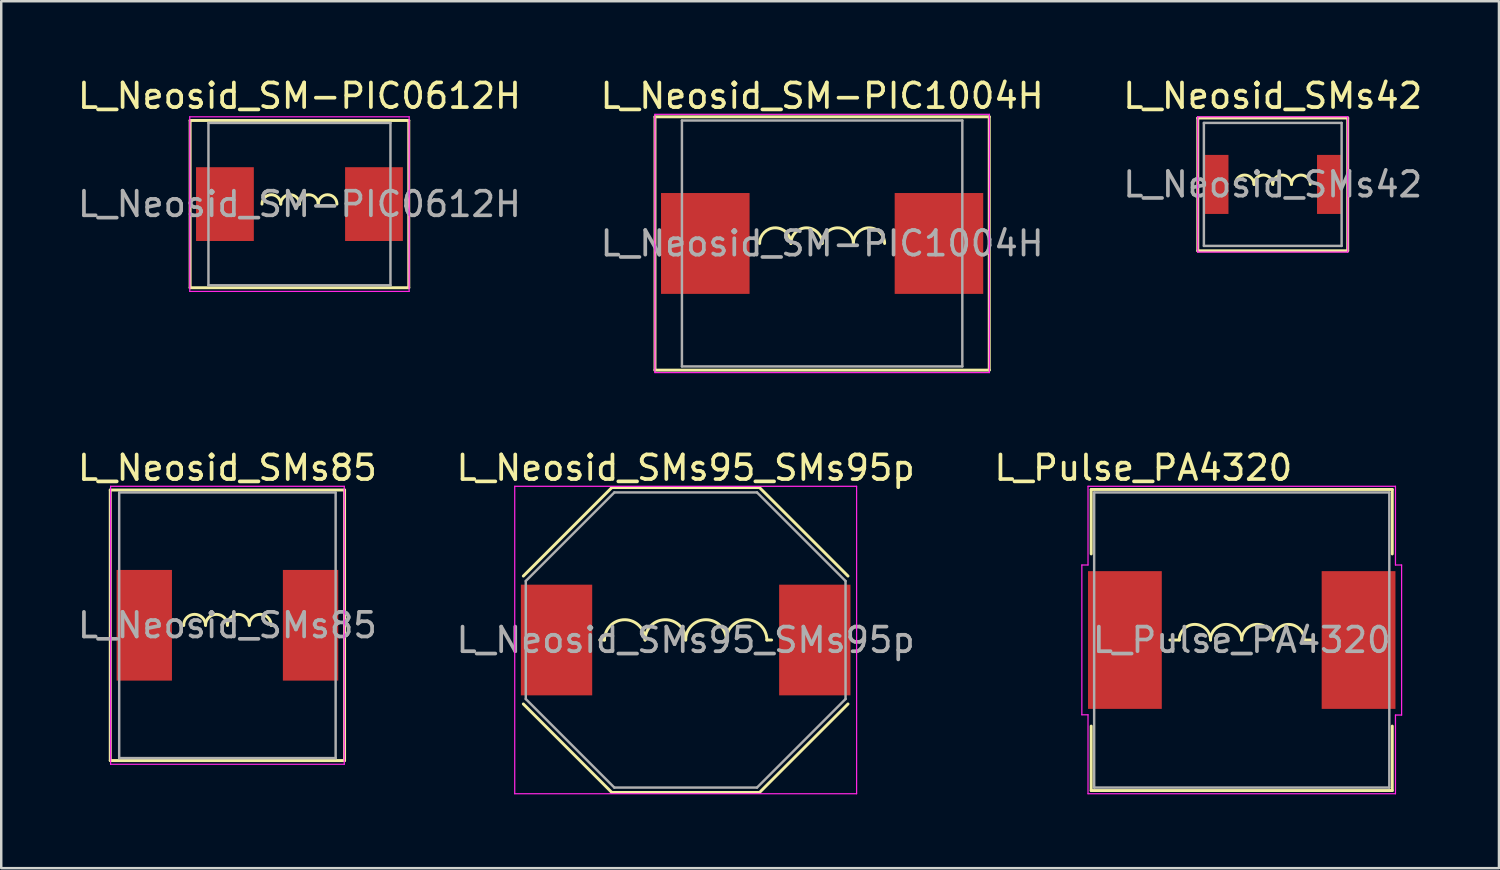
<source format=kicad_pcb>
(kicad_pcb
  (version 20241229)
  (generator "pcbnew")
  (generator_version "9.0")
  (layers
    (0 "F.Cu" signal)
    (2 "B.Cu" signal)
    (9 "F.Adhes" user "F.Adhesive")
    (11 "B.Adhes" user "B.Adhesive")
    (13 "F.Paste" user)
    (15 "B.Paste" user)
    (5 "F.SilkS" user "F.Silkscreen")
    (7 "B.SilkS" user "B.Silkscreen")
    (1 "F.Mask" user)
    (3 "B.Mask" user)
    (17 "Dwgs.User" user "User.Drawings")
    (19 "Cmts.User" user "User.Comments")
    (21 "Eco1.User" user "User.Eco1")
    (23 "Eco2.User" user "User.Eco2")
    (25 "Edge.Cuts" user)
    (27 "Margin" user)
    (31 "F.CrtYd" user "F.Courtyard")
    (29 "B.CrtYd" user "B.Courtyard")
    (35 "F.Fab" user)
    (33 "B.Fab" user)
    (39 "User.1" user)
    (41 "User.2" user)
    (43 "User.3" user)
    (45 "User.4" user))
  (footprint "L_Neosid_SM-PIC0612H"
    (layer "F.Cu")
    (at 9.125 5.248)
    (property "Reference" "L_Neosid_SM-PIC0612H" (at 0 -4.4 0) (layer "F.SilkS") (effects (font (size 1 1) (thickness 0.15))))
    (attr smd)
    (fp_line (start -4.445 -3.4) (end -4.445 3.4) (stroke (width 0.12) (type solid)) (layer "F.SilkS"))
    (fp_line (start -4.445 3.4) (end 4.445 3.4) (stroke (width 0.12) (type solid)) (layer "F.SilkS"))
    (fp_line (start 4.445 -3.4) (end -4.445 -3.4) (stroke (width 0.12) (type solid)) (layer "F.SilkS"))
    (fp_line (start 4.445 -3.4) (end 4.445 3.4) (stroke (width 0.12) (type solid)) (layer "F.SilkS"))
    (fp_arc (start -1.524 0) (mid -1.143 -0.381) (end -0.762 0) (stroke (width 0.12) (type solid)) (layer "F.SilkS"))
    (fp_arc (start -0.762 0) (mid -0.381 -0.381) (end 0 0) (stroke (width 0.12) (type solid)) (layer "F.SilkS"))
    (fp_arc (start 0 0) (mid 0.381 -0.381) (end 0.762 0) (stroke (width 0.12) (type solid)) (layer "F.SilkS"))
    (fp_arc (start 0.762 0) (mid 1.143 -0.381) (end 1.524 0) (stroke (width 0.12) (type solid)) (layer "F.SilkS"))
    (fp_line (start -4.46 -3.55) (end -4.46 3.55) (stroke (width 0.05) (type solid)) (layer "F.CrtYd"))
    (fp_line (start -4.46 -3.55) (end 4.46 -3.55) (stroke (width 0.05) (type solid)) (layer "F.CrtYd"))
    (fp_line (start 4.46 3.55) (end -4.46 3.55) (stroke (width 0.05) (type solid)) (layer "F.CrtYd"))
    (fp_line (start 4.46 3.55) (end 4.46 -3.55) (stroke (width 0.05) (type solid)) (layer "F.CrtYd"))
    (fp_line (start -3.7 -3.3) (end 3.7 -3.3) (stroke (width 0.1) (type solid)) (layer "F.Fab"))
    (fp_line (start -3.7 3.3) (end -3.7 -3.3) (stroke (width 0.1) (type solid)) (layer "F.Fab"))
    (fp_line (start 3.7 -3.3) (end 3.7 3.3) (stroke (width 0.1) (type solid)) (layer "F.Fab"))
    (fp_line (start 3.7 3.3) (end -3.7 3.3) (stroke (width 0.1) (type solid)) (layer "F.Fab"))
    (fp_text user "${REFERENCE}" (at 0 0 0) (layer "F.Fab") (effects (font (size 1 1) (thickness 0.15))))
    (pad "1" smd rect (at -3.03 0) (size 2.35 3) (layers "F.Cu" "F.Mask" "F.Paste"))
    (pad "2" smd rect (at 3.03 0) (size 2.35 3) (layers "F.Cu" "F.Mask" "F.Paste")))
  (footprint "L_Neosid_SM-PIC1004H"
    (layer "F.Cu")
    (at 30.375 6.848)
    (property "Reference" "L_Neosid_SM-PIC1004H" (at 0 -6 0) (layer "F.SilkS") (effects (font (size 1 1) (thickness 0.15))))
    (attr smd)
    (fp_line (start -6.795 -5.15) (end -6.795 5.15) (stroke (width 0.12) (type solid)) (layer "F.SilkS"))
    (fp_line (start -6.795 5.15) (end 6.795 5.15) (stroke (width 0.12) (type solid)) (layer "F.SilkS"))
    (fp_line (start 6.795 -5.15) (end -6.795 -5.15) (stroke (width 0.12) (type solid)) (layer "F.SilkS"))
    (fp_line (start 6.795 -5.15) (end 6.795 5.15) (stroke (width 0.12) (type solid)) (layer "F.SilkS"))
    (fp_arc (start -2.54 0) (mid -1.905 -0.635) (end -1.27 0) (stroke (width 0.12) (type solid)) (layer "F.SilkS"))
    (fp_arc (start -1.27 0) (mid -0.635 -0.635) (end 0 0) (stroke (width 0.12) (type solid)) (layer "F.SilkS"))
    (fp_arc (start 0 0) (mid 0.635 -0.635) (end 1.27 0) (stroke (width 0.12) (type solid)) (layer "F.SilkS"))
    (fp_arc (start 1.27 0) (mid 1.905 -0.635) (end 2.54 0) (stroke (width 0.12) (type solid)) (layer "F.SilkS"))
    (fp_line (start -6.8 -5.25) (end -6.8 5.25) (stroke (width 0.05) (type solid)) (layer "F.CrtYd"))
    (fp_line (start -6.8 -5.25) (end 6.8 -5.25) (stroke (width 0.05) (type solid)) (layer "F.CrtYd"))
    (fp_line (start 6.8 5.25) (end -6.8 5.25) (stroke (width 0.05) (type solid)) (layer "F.CrtYd"))
    (fp_line (start 6.8 5.25) (end 6.8 -5.25) (stroke (width 0.05) (type solid)) (layer "F.CrtYd"))
    (fp_line (start -5.7 -5) (end 5.7 -5) (stroke (width 0.1) (type solid)) (layer "F.Fab"))
    (fp_line (start -5.7 5) (end -5.7 -5) (stroke (width 0.1) (type solid)) (layer "F.Fab"))
    (fp_line (start 5.7 -5) (end 5.7 5) (stroke (width 0.1) (type solid)) (layer "F.Fab"))
    (fp_line (start 5.7 5) (end -5.7 5) (stroke (width 0.1) (type solid)) (layer "F.Fab"))
    (fp_text user "${REFERENCE}" (at 0 0 0) (layer "F.Fab") (effects (font (size 1 1) (thickness 0.15))))
    (pad "1" smd rect (at -4.75 0) (size 3.6 4.1) (layers "F.Cu" "F.Mask" "F.Paste"))
    (pad "2" smd rect (at 4.75 0) (size 3.6 4.1) (layers "F.Cu" "F.Mask" "F.Paste")))
  (footprint "L_Pulse_PA4320"
    (layer "F.Cu")
    (at 47.435 22.971)
    (property "Reference" "L_Pulse_PA4320" (at -4 -7 0) (layer "F.SilkS") (effects (font (size 1 1) (thickness 0.15))))
    (attr smd)
    (fp_line (start -6.12 -6.12) (end -6.12 -3.5) (stroke (width 0.12) (type solid)) (layer "F.SilkS"))
    (fp_line (start -6.12 -6.12) (end 6.12 -6.12) (stroke (width 0.12) (type solid)) (layer "F.SilkS"))
    (fp_line (start -6.12 3.5) (end -6.12 6.12) (stroke (width 0.12) (type solid)) (layer "F.SilkS"))
    (fp_line (start -6.12 6.12) (end 6.12 6.12) (stroke (width 0.12) (type solid)) (layer "F.SilkS"))
    (fp_line (start -2.921 0) (end -2.54 0) (stroke (width 0.12) (type solid)) (layer "F.SilkS"))
    (fp_line (start 2.54 0) (end 2.921 0) (stroke (width 0.12) (type solid)) (layer "F.SilkS"))
    (fp_line (start 6.12 -6.12) (end 6.12 -3.5) (stroke (width 0.12) (type solid)) (layer "F.SilkS"))
    (fp_line (start 6.12 3.5) (end 6.12 6.12) (stroke (width 0.12) (type solid)) (layer "F.SilkS"))
    (fp_arc (start -2.54 0) (mid -1.905 -0.635) (end -1.27 0) (stroke (width 0.12) (type solid)) (layer "F.SilkS"))
    (fp_arc (start -1.27 0) (mid -0.635 -0.635) (end 0 0) (stroke (width 0.12) (type solid)) (layer "F.SilkS"))
    (fp_arc (start 0 0) (mid 0.635 -0.635) (end 1.27 0) (stroke (width 0.12) (type solid)) (layer "F.SilkS"))
    (fp_arc (start 1.27 0) (mid 1.905 -0.635) (end 2.54 0) (stroke (width 0.12) (type solid)) (layer "F.SilkS"))
    (fp_line (start -6.5 3.04) (end -6.5 -3.05) (stroke (width 0.05) (type solid)) (layer "F.CrtYd"))
    (fp_line (start -6.25 -6.25) (end -6.25 -3.05) (stroke (width 0.05) (type solid)) (layer "F.CrtYd"))
    (fp_line (start -6.25 -6.25) (end 6.25 -6.25) (stroke (width 0.05) (type solid)) (layer "F.CrtYd"))
    (fp_line (start -6.25 -3.05) (end -6.5 -3.05) (stroke (width 0.05) (type solid)) (layer "F.CrtYd"))
    (fp_line (start -6.25 3.04) (end -6.5 3.04) (stroke (width 0.05) (type solid)) (layer "F.CrtYd"))
    (fp_line (start -6.25 3.04) (end -6.25 6.25) (stroke (width 0.05) (type solid)) (layer "F.CrtYd"))
    (fp_line (start 6.25 -6.25) (end 6.25 -3.05) (stroke (width 0.05) (type solid)) (layer "F.CrtYd"))
    (fp_line (start 6.25 -3.05) (end 6.5 -3.05) (stroke (width 0.05) (type solid)) (layer "F.CrtYd"))
    (fp_line (start 6.25 3.05) (end 6.25 6.25) (stroke (width 0.05) (type solid)) (layer "F.CrtYd"))
    (fp_line (start 6.25 6.25) (end -6.25 6.25) (stroke (width 0.05) (type solid)) (layer "F.CrtYd"))
    (fp_line (start 6.5 -3.05) (end 6.5 3.05) (stroke (width 0.05) (type solid)) (layer "F.CrtYd"))
    (fp_line (start 6.5 3.05) (end 6.25 3.05) (stroke (width 0.05) (type solid)) (layer "F.CrtYd"))
    (fp_line (start -6 -6) (end 6 -6) (stroke (width 0.1) (type solid)) (layer "F.Fab"))
    (fp_line (start -6 6) (end -6 -6) (stroke (width 0.1) (type solid)) (layer "F.Fab"))
    (fp_line (start 6 -6) (end 6 6) (stroke (width 0.1) (type solid)) (layer "F.Fab"))
    (fp_line (start 6 6) (end -6 6) (stroke (width 0.1) (type solid)) (layer "F.Fab"))
    (fp_text user "${REFERENCE}" (at 0 0 0) (layer "F.Fab") (effects (font (size 1 1) (thickness 0.15))))
    (pad "1" smd rect (at -4.75 0 90) (size 5.6 3) (layers "F.Cu" "F.Mask" "F.Paste"))
    (pad "2" smd rect (at 4.75 0 90) (size 5.6 3) (layers "F.Cu" "F.Mask" "F.Paste")))
  (footprint "L_Neosid_SMs42"
    (layer "F.Cu")
    (at 48.696 4.448)
    (property "Reference" "L_Neosid_SMs42" (at 0 -3.6 0) (layer "F.SilkS") (effects (font (size 1 1) (thickness 0.15))))
    (attr smd)
    (fp_line (start -3.048 -2.7) (end -3.048 2.7) (stroke (width 0.12) (type solid)) (layer "F.SilkS"))
    (fp_line (start -3.048 -2.7) (end 3.048 -2.7) (stroke (width 0.12) (type solid)) (layer "F.SilkS"))
    (fp_line (start 3.048 -2.7) (end 3.048 2.7) (stroke (width 0.12) (type solid)) (layer "F.SilkS"))
    (fp_line (start 3.048 2.7) (end -3.048 2.7) (stroke (width 0.12) (type solid)) (layer "F.SilkS"))
    (fp_arc (start -1.524 0) (mid -1.143 -0.381) (end -0.762 0) (stroke (width 0.12) (type solid)) (layer "F.SilkS"))
    (fp_arc (start -0.762 0) (mid -0.381 -0.381) (end 0 0) (stroke (width 0.12) (type solid)) (layer "F.SilkS"))
    (fp_arc (start 0 0) (mid 0.381 -0.381) (end 0.762 0) (stroke (width 0.12) (type solid)) (layer "F.SilkS"))
    (fp_arc (start 0.762 0) (mid 1.143 -0.381) (end 1.524 0) (stroke (width 0.12) (type solid)) (layer "F.SilkS"))
    (fp_line (start -3.05 -2.75) (end -3.05 2.75) (stroke (width 0.05) (type solid)) (layer "F.CrtYd"))
    (fp_line (start -3.05 -2.75) (end 3.05 -2.75) (stroke (width 0.05) (type solid)) (layer "F.CrtYd"))
    (fp_line (start 3.05 2.75) (end -3.05 2.75) (stroke (width 0.05) (type solid)) (layer "F.CrtYd"))
    (fp_line (start 3.05 2.75) (end 3.05 -2.75) (stroke (width 0.05) (type solid)) (layer "F.CrtYd"))
    (fp_line (start -2.8 -2.5) (end 2.8 -2.5) (stroke (width 0.1) (type solid)) (layer "F.Fab"))
    (fp_line (start -2.8 2.5) (end -2.8 -2.5) (stroke (width 0.1) (type solid)) (layer "F.Fab"))
    (fp_line (start 2.8 -2.5) (end 2.8 2.5) (stroke (width 0.1) (type solid)) (layer "F.Fab"))
    (fp_line (start 2.8 2.5) (end -2.8 2.5) (stroke (width 0.1) (type solid)) (layer "F.Fab"))
    (fp_text user "${REFERENCE}" (at 0 0 0) (layer "F.Fab") (effects (font (size 1 1) (thickness 0.15))))
    (pad "1" smd rect (at -2.3 0) (size 1 2.4) (layers "F.Cu" "F.Mask" "F.Paste"))
    (pad "2" smd rect (at 2.3 0) (size 1 2.4) (layers "F.Cu" "F.Mask" "F.Paste")))
  (footprint "L_Neosid_SMs95_SMs95p"
    (layer "F.Cu")
    (at 24.827 22.971)
    (property "Reference" "L_Neosid_SMs95_SMs95p" (at 0 -7 0) (layer "F.SilkS") (effects (font (size 1 1) (thickness 0.15))))
    (attr smd)
    (fp_line (start -6.6 -2.6) (end -3 -6.2) (stroke (width 0.12) (type solid)) (layer "F.SilkS"))
    (fp_line (start -3.493 0) (end -3.302 0) (stroke (width 0.12) (type solid)) (layer "F.SilkS"))
    (fp_line (start -3 -6.2) (end 3 -6.2) (stroke (width 0.12) (type solid)) (layer "F.SilkS"))
    (fp_line (start -3 6.2) (end -6.6 2.6) (stroke (width 0.12) (type solid)) (layer "F.SilkS"))
    (fp_line (start 3 -6.2) (end 6.6 -2.6) (stroke (width 0.12) (type solid)) (layer "F.SilkS"))
    (fp_line (start 3 6.2) (end -3 6.2) (stroke (width 0.12) (type solid)) (layer "F.SilkS"))
    (fp_line (start 3.302 0) (end 3.493 0) (stroke (width 0.12) (type solid)) (layer "F.SilkS"))
    (fp_line (start 6.6 2.6) (end 3 6.2) (stroke (width 0.12) (type solid)) (layer "F.SilkS"))
    (fp_arc (start -3.302 0) (mid -2.4765 -0.8255) (end -1.651 0) (stroke (width 0.12) (type solid)) (layer "F.SilkS"))
    (fp_arc (start -1.651 0) (mid -0.8255 -0.8255) (end 0 0) (stroke (width 0.12) (type solid)) (layer "F.SilkS"))
    (fp_arc (start 0 0) (mid 0.8255 -0.8255) (end 1.651 0) (stroke (width 0.12) (type solid)) (layer "F.SilkS"))
    (fp_arc (start 1.651 0) (mid 2.4765 -0.8255) (end 3.302 0) (stroke (width 0.12) (type solid)) (layer "F.SilkS"))
    (fp_line (start -6.95 -6.25) (end -6.95 6.25) (stroke (width 0.05) (type solid)) (layer "F.CrtYd"))
    (fp_line (start -6.95 -6.25) (end 6.95 -6.25) (stroke (width 0.05) (type solid)) (layer "F.CrtYd"))
    (fp_line (start 6.95 6.25) (end -6.95 6.25) (stroke (width 0.05) (type solid)) (layer "F.CrtYd"))
    (fp_line (start 6.95 6.25) (end 6.95 -6.25) (stroke (width 0.05) (type solid)) (layer "F.CrtYd"))
    (fp_line (start -6.5 -2.4) (end -6.5 2.4) (stroke (width 0.1) (type solid)) (layer "F.Fab"))
    (fp_line (start -6.5 -2.4) (end -2.9 -6) (stroke (width 0.1) (type solid)) (layer "F.Fab"))
    (fp_line (start -6.5 2.4) (end -2.9 6) (stroke (width 0.1) (type solid)) (layer "F.Fab"))
    (fp_line (start -2.9 6) (end 2.9 6) (stroke (width 0.1) (type solid)) (layer "F.Fab"))
    (fp_line (start 2.9 -6) (end -2.9 -6) (stroke (width 0.1) (type solid)) (layer "F.Fab"))
    (fp_line (start 2.9 6) (end 6.5 2.4) (stroke (width 0.1) (type solid)) (layer "F.Fab"))
    (fp_line (start 6.5 -2.4) (end 2.9 -6) (stroke (width 0.1) (type solid)) (layer "F.Fab"))
    (fp_line (start 6.5 2.4) (end 6.5 -2.4) (stroke (width 0.1) (type solid)) (layer "F.Fab"))
    (fp_text user "${REFERENCE}" (at 0 0 0) (layer "F.Fab") (effects (font (size 1 1) (thickness 0.15))))
    (pad "1" smd rect (at -5.25 0) (size 2.9 4.5) (layers "F.Cu" "F.Mask" "F.Paste"))
    (pad "2" smd rect (at 5.25 0) (size 2.9 4.5) (layers "F.Cu" "F.Mask" "F.Paste")))
  (footprint "L_Neosid_SMs85"
    (layer "F.Cu")
    (at 6.196 22.372)
    (property "Reference" "L_Neosid_SMs85" (at 0 -6.4 0) (layer "F.SilkS") (effects (font (size 1 1) (thickness 0.15))))
    (attr smd)
    (fp_line (start -4.763 -5.5) (end -4.763 5.5) (stroke (width 0.12) (type solid)) (layer "F.SilkS"))
    (fp_line (start -4.763 -5.5) (end 4.763 -5.5) (stroke (width 0.12) (type solid)) (layer "F.SilkS"))
    (fp_line (start -1.778 0) (end -1.905 0) (stroke (width 0.12) (type solid)) (layer "F.SilkS"))
    (fp_line (start 1.905 0) (end 1.778 0) (stroke (width 0.12) (type solid)) (layer "F.SilkS"))
    (fp_line (start 4.763 5.5) (end -4.763 5.5) (stroke (width 0.12) (type solid)) (layer "F.SilkS"))
    (fp_line (start 4.763 5.5) (end 4.763 -5.5) (stroke (width 0.12) (type solid)) (layer "F.SilkS"))
    (fp_arc (start -1.778 0) (mid -1.3335 -0.4445) (end -0.889 0) (stroke (width 0.12) (type solid)) (layer "F.SilkS"))
    (fp_arc (start -0.889 0) (mid -0.4445 -0.4445) (end 0 0) (stroke (width 0.12) (type solid)) (layer "F.SilkS"))
    (fp_arc (start 0 0) (mid 0.4445 -0.4445) (end 0.889 0) (stroke (width 0.12) (type solid)) (layer "F.SilkS"))
    (fp_arc (start 0.889 0) (mid 1.3335 -0.4445) (end 1.778 0) (stroke (width 0.12) (type solid)) (layer "F.SilkS"))
    (fp_line (start -4.75 -5.65) (end -4.75 5.65) (stroke (width 0.05) (type solid)) (layer "F.CrtYd"))
    (fp_line (start -4.75 -5.65) (end 4.75 -5.65) (stroke (width 0.05) (type solid)) (layer "F.CrtYd"))
    (fp_line (start 4.75 5.65) (end -4.75 5.65) (stroke (width 0.05) (type solid)) (layer "F.CrtYd"))
    (fp_line (start 4.75 5.65) (end 4.75 -5.65) (stroke (width 0.05) (type solid)) (layer "F.CrtYd"))
    (fp_line (start -4.4 -5.4) (end 4.4 -5.4) (stroke (width 0.1) (type solid)) (layer "F.Fab"))
    (fp_line (start -4.4 5.4) (end -4.4 -5.4) (stroke (width 0.1) (type solid)) (layer "F.Fab"))
    (fp_line (start 4.4 -5.4) (end 4.4 5.4) (stroke (width 0.1) (type solid)) (layer "F.Fab"))
    (fp_line (start 4.4 5.4) (end -4.4 5.4) (stroke (width 0.1) (type solid)) (layer "F.Fab"))
    (fp_text user "${REFERENCE}" (at 0 0 0) (layer "F.Fab") (effects (font (size 1 1) (thickness 0.15))))
    (pad "1" smd rect (at -3.38 0) (size 2.25 4.5) (layers "F.Cu" "F.Mask" "F.Paste"))
    (pad "2" smd rect (at 3.38 0) (size 2.25 4.5) (layers "F.Cu" "F.Mask" "F.Paste")))
  (gr_rect
    (start -3 -3)
    (end 57.893 32.246)
    (stroke (width 0.1) (type default))
    (fill no)
    (layer "Edge.Cuts")))
</source>
